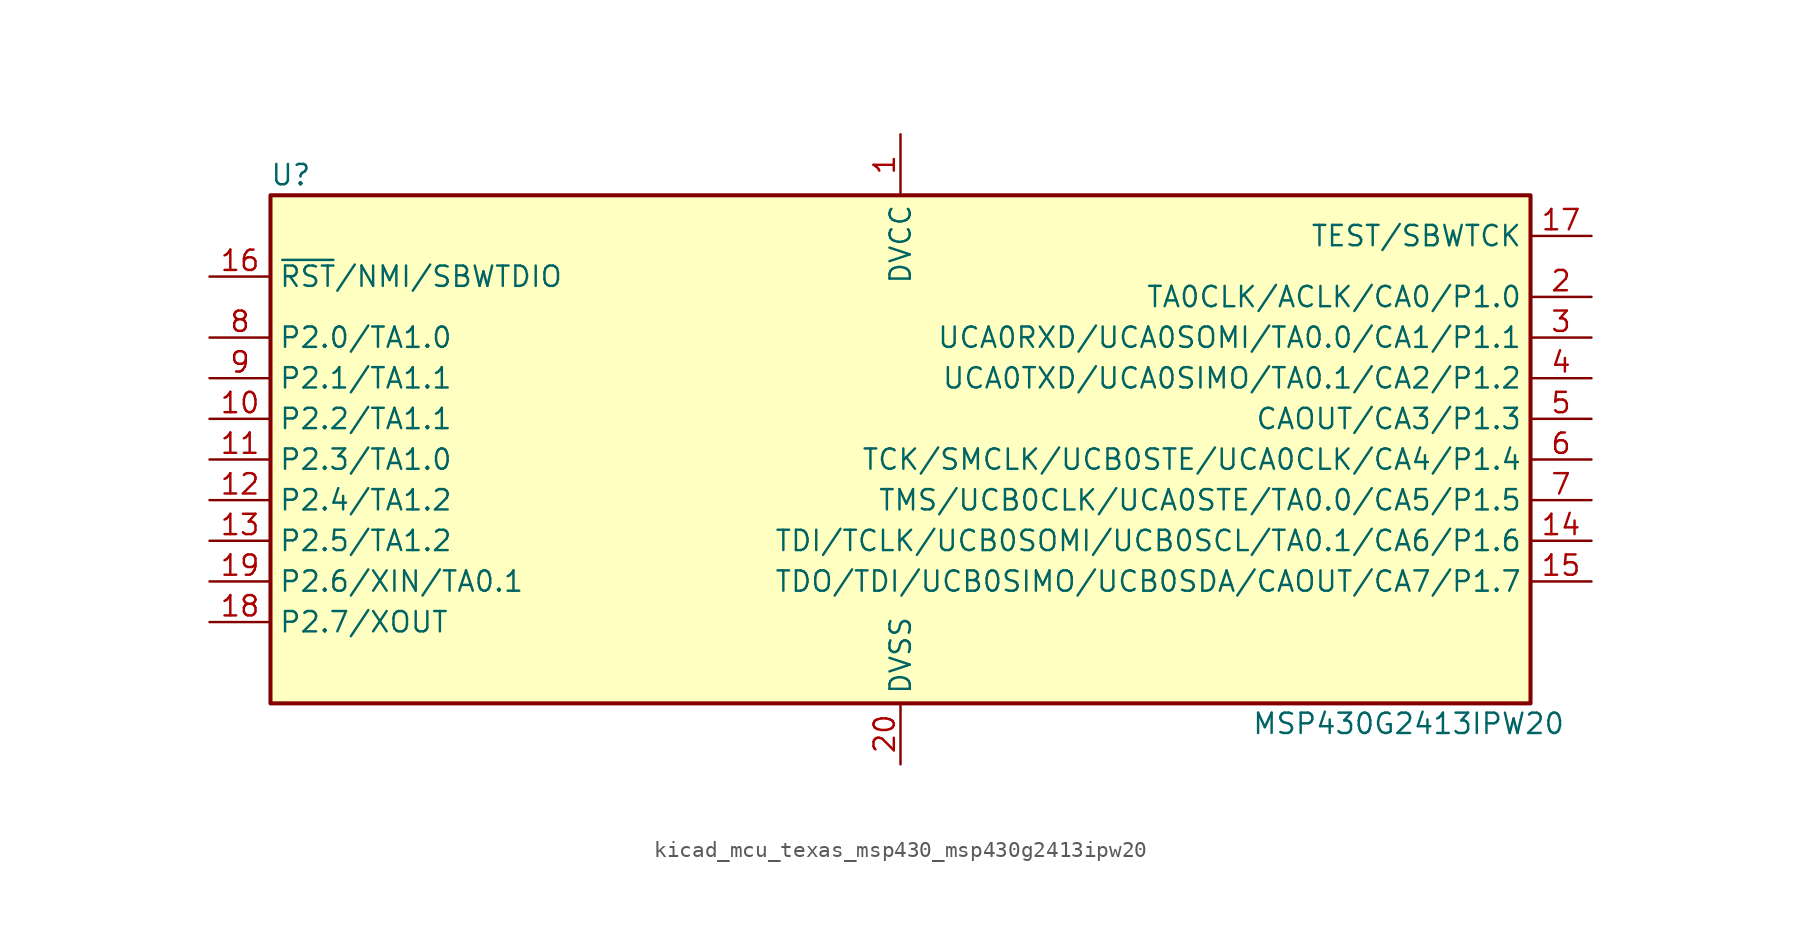
<source format=kicad_sym>
(kicad_symbol_lib
  (version 20220914)
  (generator kicad_symbol_editor)
  (symbol "kicad_mcu_texas_msp430_msp430g2413ipw20"
    (property "Reference" "U"
      (at -38.1 17.78 0)
      (effects (font (size 1.27 1.27))))
    (property "Value" "MSP430G2413IPW20"
      (at 31.75 -16.51 0)
      (effects (font (size 1.27 1.27))))
    (symbol "kicad_mcu_texas_msp430_msp430g2413ipw20_0_1"
      (rectangle (start -39.37 16.51) (end 39.37 -15.24) (stroke (width 0.254) (type default)) (fill (type background))))
    (symbol "kicad_mcu_texas_msp430_msp430g2413ipw20_1_1"
      (pin power_in line (at 0 20.32 270) (length 3.81) (name "DVCC" (effects (font (size 1.27 1.27)))) (number "1" (effects (font (size 1.27 1.27)))))
      (pin bidirectional line (at -43.18 2.54 0) (length 3.81) (name "P2.2/TA1.1" (effects (font (size 1.27 1.27)))) (number "10" (effects (font (size 1.27 1.27)))))
      (pin bidirectional line (at -43.18 0 0) (length 3.81) (name "P2.3/TA1.0" (effects (font (size 1.27 1.27)))) (number "11" (effects (font (size 1.27 1.27)))))
      (pin bidirectional line (at -43.18 -2.54 0) (length 3.81) (name "P2.4/TA1.2" (effects (font (size 1.27 1.27)))) (number "12" (effects (font (size 1.27 1.27)))))
      (pin bidirectional line (at -43.18 -5.08 0) (length 3.81) (name "P2.5/TA1.2" (effects (font (size 1.27 1.27)))) (number "13" (effects (font (size 1.27 1.27)))))
      (pin bidirectional line (at 43.18 -5.08 180) (length 3.81) (name "TDI/TCLK/UCB0SOMI/UCB0SCL/TA0.1/CA6/P1.6" (effects (font (size 1.27 1.27)))) (number "14" (effects (font (size 1.27 1.27)))))
      (pin bidirectional line (at 43.18 -7.62 180) (length 3.81) (name "TDO/TDI/UCB0SIMO/UCB0SDA/CAOUT/CA7/P1.7" (effects (font (size 1.27 1.27)))) (number "15" (effects (font (size 1.27 1.27)))))
      (pin input line (at -43.18 11.43 0) (length 3.81) (name "~{RST}/NMI/SBWTDIO" (effects (font (size 1.27 1.27)))) (number "16" (effects (font (size 1.27 1.27)))))
      (pin input line (at 43.18 13.97 180) (length 3.81) (name "TEST/SBWTCK" (effects (font (size 1.27 1.27)))) (number "17" (effects (font (size 1.27 1.27)))))
      (pin bidirectional line (at -43.18 -10.16 0) (length 3.81) (name "P2.7/XOUT" (effects (font (size 1.27 1.27)))) (number "18" (effects (font (size 1.27 1.27)))))
      (pin bidirectional line (at -43.18 -7.62 0) (length 3.81) (name "P2.6/XIN/TA0.1" (effects (font (size 1.27 1.27)))) (number "19" (effects (font (size 1.27 1.27)))))
      (pin bidirectional line (at 43.18 10.16 180) (length 3.81) (name "TA0CLK/ACLK/CA0/P1.0" (effects (font (size 1.27 1.27)))) (number "2" (effects (font (size 1.27 1.27)))))
      (pin power_in line (at 0 -19.05 90) (length 3.81) (name "DVSS" (effects (font (size 1.27 1.27)))) (number "20" (effects (font (size 1.27 1.27)))))
      (pin bidirectional line (at 43.18 7.62 180) (length 3.81) (name "UCA0RXD/UCA0SOMI/TA0.0/CA1/P1.1" (effects (font (size 1.27 1.27)))) (number "3" (effects (font (size 1.27 1.27)))))
      (pin bidirectional line (at 43.18 5.08 180) (length 3.81) (name "UCA0TXD/UCA0SIMO/TA0.1/CA2/P1.2" (effects (font (size 1.27 1.27)))) (number "4" (effects (font (size 1.27 1.27)))))
      (pin bidirectional line (at 43.18 2.54 180) (length 3.81) (name "CAOUT/CA3/P1.3" (effects (font (size 1.27 1.27)))) (number "5" (effects (font (size 1.27 1.27)))))
      (pin bidirectional line (at 43.18 0 180) (length 3.81) (name "TCK/SMCLK/UCB0STE/UCA0CLK/CA4/P1.4" (effects (font (size 1.27 1.27)))) (number "6" (effects (font (size 1.27 1.27)))))
      (pin bidirectional line (at 43.18 -2.54 180) (length 3.81) (name "TMS/UCB0CLK/UCA0STE/TA0.0/CA5/P1.5" (effects (font (size 1.27 1.27)))) (number "7" (effects (font (size 1.27 1.27)))))
      (pin bidirectional line (at -43.18 7.62 0) (length 3.81) (name "P2.0/TA1.0" (effects (font (size 1.27 1.27)))) (number "8" (effects (font (size 1.27 1.27)))))
      (pin bidirectional line (at -43.18 5.08 0) (length 3.81) (name "P2.1/TA1.1" (effects (font (size 1.27 1.27)))) (number "9" (effects (font (size 1.27 1.27))))))))
</source>
